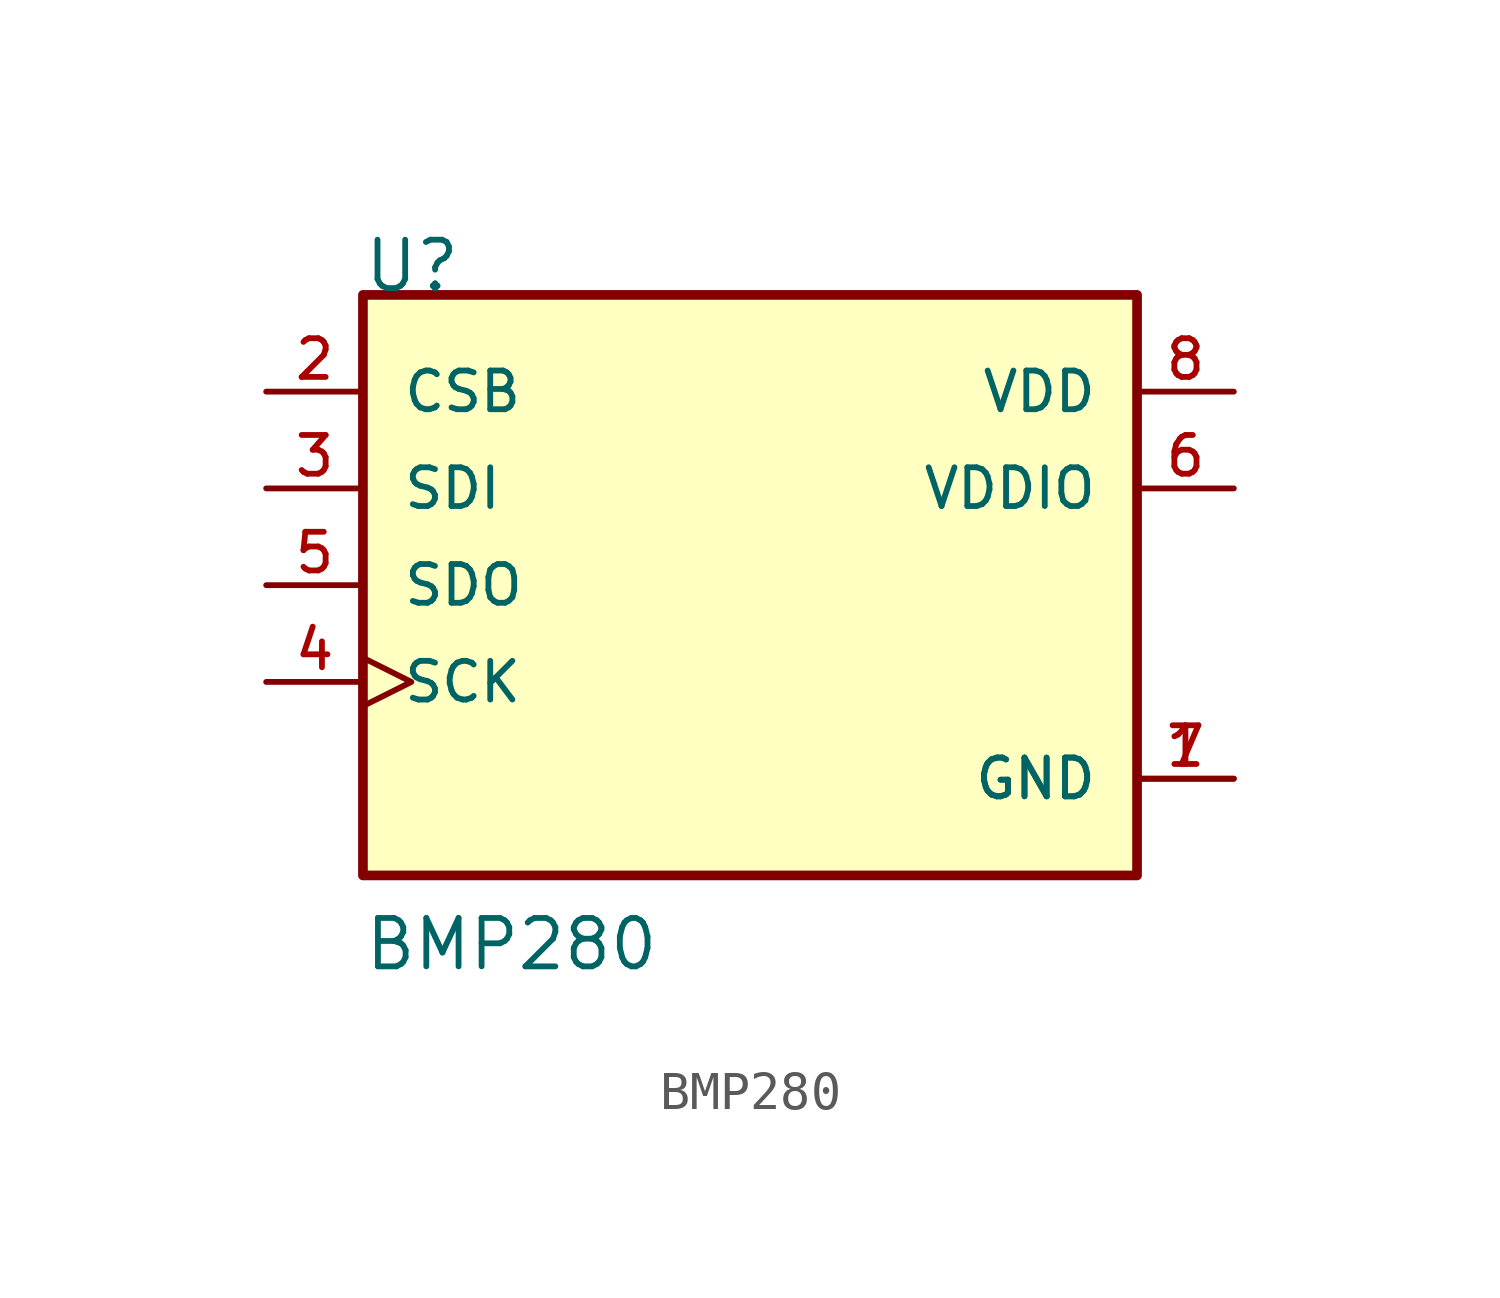
<source format=kicad_sym>
(kicad_symbol_lib
  (version 20211014)
  (generator kicad_symbol_editor)
  (symbol "BMP280"
    (pin_names
      (offset 1.016))
    (property "Reference" "U"
      (at -10.18 7.635 0)
      (effects (font (size 1.27 1.27)) (justify bottom left)))
    (property "Value" "BMP280"
      (at -10.169 -10.169 0)
      (effects (font (size 1.27 1.27)) (justify bottom left)))
    (symbol "BMP280_0_0"
      (rectangle (start -10.16 -7.62) (end 10.16 7.62) (stroke (width 0.254)) (fill (type background)))
      (pin power_in line (at 12.7 5.08 180.0) (length 2.54) (name "VDD" (effects (font (size 1.016 1.016)))) (number "8" (effects (font (size 1.016 1.016)))))
      (pin power_in line (at 12.7 -5.08 180.0) (length 2.54) (name "GND" (effects (font (size 1.016 1.016)))) (number "1" (effects (font (size 1.016 1.016)))))
      (pin power_in line (at 12.7 -5.08 180.0) (length 2.54) (name "GND" (effects (font (size 1.016 1.016)))) (number "7" (effects (font (size 1.016 1.016)))))
      (pin bidirectional line (at -12.7 0.0 0) (length 2.54) (name "SDO" (effects (font (size 1.016 1.016)))) (number "5" (effects (font (size 1.016 1.016)))))
      (pin bidirectional line (at -12.7 2.54 0) (length 2.54) (name "SDI" (effects (font (size 1.016 1.016)))) (number "3" (effects (font (size 1.016 1.016)))))
      (pin input clock (at -12.7 -2.54 0) (length 2.54) (name "SCK" (effects (font (size 1.016 1.016)))) (number "4" (effects (font (size 1.016 1.016)))))
      (pin input line (at -12.7 5.08 0) (length 2.54) (name "CSB" (effects (font (size 1.016 1.016)))) (number "2" (effects (font (size 1.016 1.016)))))
      (pin power_in line (at 12.7 2.54 180.0) (length 2.54) (name "VDDIO" (effects (font (size 1.016 1.016)))) (number "6" (effects (font (size 1.016 1.016))))))))
</source>
